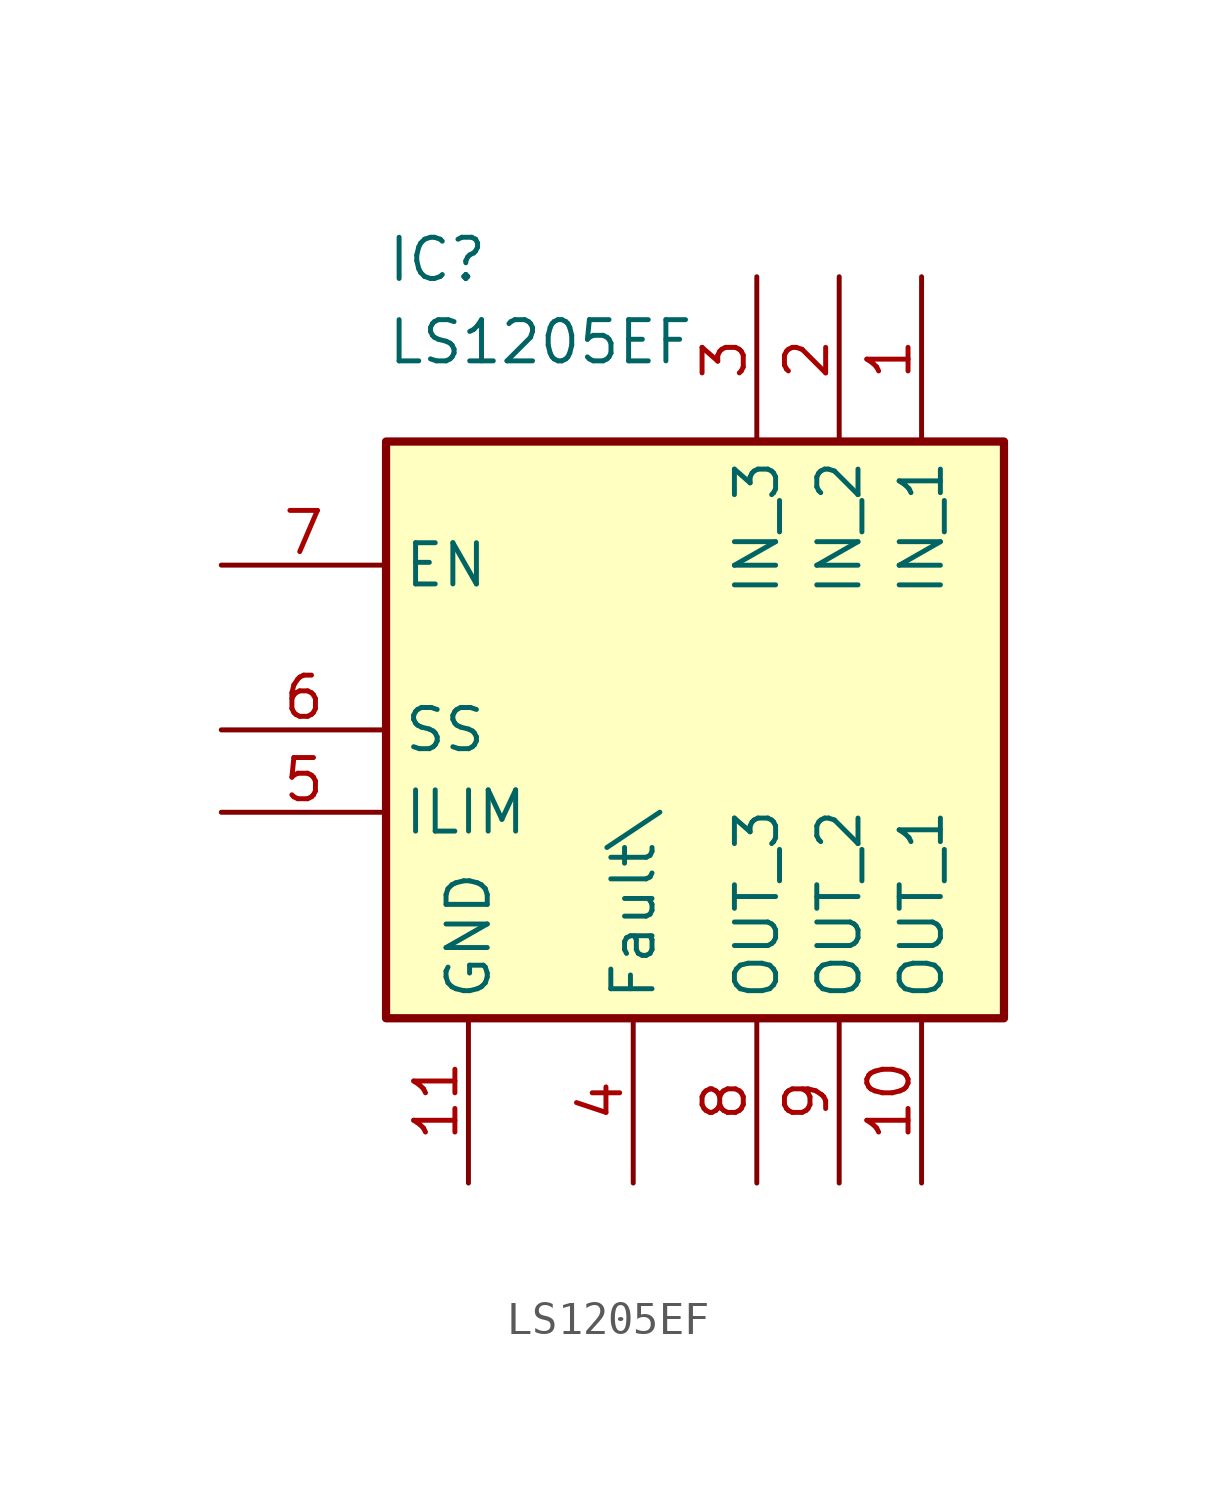
<source format=kicad_sym>
(kicad_symbol_lib
  (version 20220914)
  (generator kicad_symbol_editor)
  (symbol "LS1205EF"
    (property "Reference" "IC"
      (at -8.89 15.24 0)
      (effects (font (size 1.27 1.27)) (justify left top)))
    (property "Value" "LS1205EF"
      (at -8.89 12.7 0)
      (effects (font (size 1.27 1.27)) (justify left top)))
    (symbol "LS1205EF_1_1"
      (rectangle (start -8.89 8.89) (end 10.16 -8.89) (stroke (width 0.254) (type default)) (fill (type background)))
      (pin passive line (at 7.62 13.97 270) (length 5.08) (name "IN_1" (effects (font (size 1.27 1.27)))) (number "1" (effects (font (size 1.27 1.27)))))
      (pin passive line (at 7.62 -13.97 90) (length 5.08) (name "OUT_1" (effects (font (size 1.27 1.27)))) (number "10" (effects (font (size 1.27 1.27)))))
      (pin passive line (at -6.35 -13.97 90) (length 5.08) (name "GND" (effects (font (size 1.27 1.27)))) (number "11" (effects (font (size 1.27 1.27)))))
      (pin passive line (at 5.08 13.97 270) (length 5.08) (name "IN_2" (effects (font (size 1.27 1.27)))) (number "2" (effects (font (size 1.27 1.27)))))
      (pin passive line (at 2.54 13.97 270) (length 5.08) (name "IN_3" (effects (font (size 1.27 1.27)))) (number "3" (effects (font (size 1.27 1.27)))))
      (pin passive line (at -1.27 -13.97 90) (length 5.08) (name "Fault\\" (effects (font (size 1.27 1.27)))) (number "4" (effects (font (size 1.27 1.27)))))
      (pin passive line (at -13.97 -2.54 0) (length 5.08) (name "ILIM" (effects (font (size 1.27 1.27)))) (number "5" (effects (font (size 1.27 1.27)))))
      (pin passive line (at -13.97 0 0) (length 5.08) (name "SS" (effects (font (size 1.27 1.27)))) (number "6" (effects (font (size 1.27 1.27)))))
      (pin passive line (at -13.97 5.08 0) (length 5.08) (name "EN" (effects (font (size 1.27 1.27)))) (number "7" (effects (font (size 1.27 1.27)))))
      (pin passive line (at 2.54 -13.97 90) (length 5.08) (name "OUT_3" (effects (font (size 1.27 1.27)))) (number "8" (effects (font (size 1.27 1.27)))))
      (pin passive line (at 5.08 -13.97 90) (length 5.08) (name "OUT_2" (effects (font (size 1.27 1.27)))) (number "9" (effects (font (size 1.27 1.27))))))))
</source>
